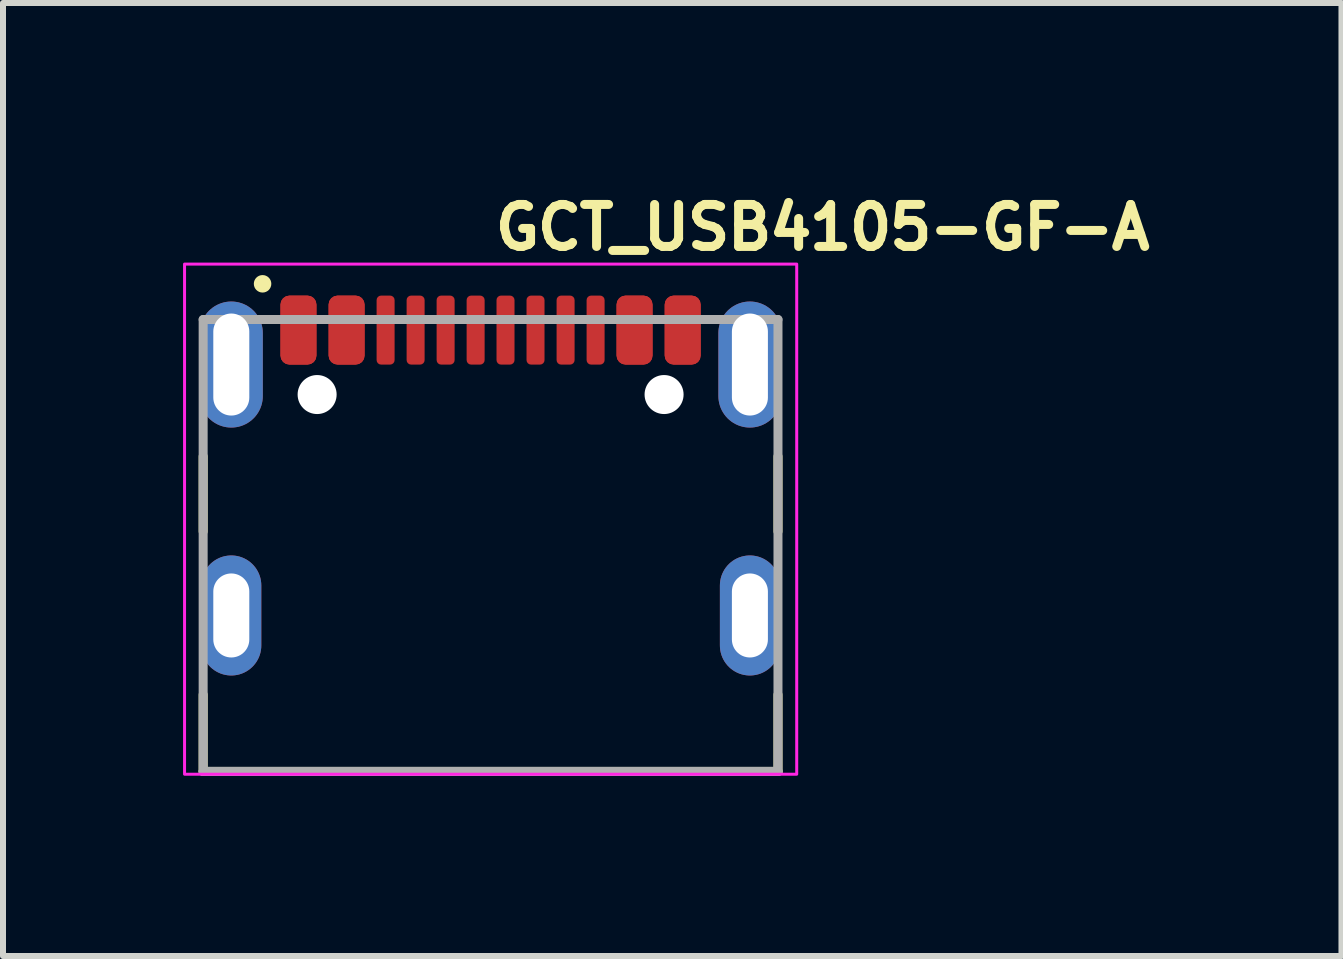
<source format=kicad_pcb>
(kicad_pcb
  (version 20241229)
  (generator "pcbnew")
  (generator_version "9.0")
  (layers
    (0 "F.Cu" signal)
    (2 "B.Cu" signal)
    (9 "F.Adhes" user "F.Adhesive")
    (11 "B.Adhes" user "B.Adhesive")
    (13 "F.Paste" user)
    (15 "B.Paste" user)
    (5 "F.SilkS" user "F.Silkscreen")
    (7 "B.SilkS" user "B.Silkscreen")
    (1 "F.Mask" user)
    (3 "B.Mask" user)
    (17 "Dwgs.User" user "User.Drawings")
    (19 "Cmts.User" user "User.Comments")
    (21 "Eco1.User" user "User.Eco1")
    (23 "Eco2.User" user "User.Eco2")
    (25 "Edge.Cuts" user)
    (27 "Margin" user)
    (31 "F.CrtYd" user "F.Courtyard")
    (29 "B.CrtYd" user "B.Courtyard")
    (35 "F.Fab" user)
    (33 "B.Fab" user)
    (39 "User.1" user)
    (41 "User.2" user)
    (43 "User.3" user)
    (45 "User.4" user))
  (footprint "GCT_USB4105-GF-A"
    (layer "F.Cu")
    (at 5.125 5.95)
    (property "Reference" "GCT_USB4105-GF-A" (at 0 -4.8 0) (layer "F.SilkS") (effects (font (size 0.7 0.7) (thickness 0.15)) (justify left bottom)))
    (attr smd)
    (fp_line (start -4.79 -1.395) (end -4.79 -0.145) (stroke (width 0.15) (type solid)) (layer "F.SilkS"))
    (fp_line (start -4.79 2.575) (end -4.79 3.854) (stroke (width 0.15) (type solid)) (layer "F.SilkS"))
    (fp_line (start -4.79 3.854) (end 4.788 3.854) (stroke (width 0.15) (type solid)) (layer "F.SilkS"))
    (fp_line (start 4.788 -1.395) (end 4.788 -0.145) (stroke (width 0.15) (type solid)) (layer "F.SilkS"))
    (fp_line (start 4.788 3.854) (end 4.788 2.575) (stroke (width 0.15) (type solid)) (layer "F.SilkS"))
    (fp_circle (center -3.8 -4.271) (end -3.75 -4.221) (stroke (width 0.15) (type solid)) (fill yes) (layer "F.SilkS"))
    (fp_rect (start -5.1 -4.6) (end 5.1 3.9) (stroke (width 0.05) (type solid)) (fill no) (layer "F.CrtYd"))
    (fp_line (start -4.79 -3.676) (end 4.788 -3.676) (stroke (width 0.15) (type solid)) (layer "F.Fab"))
    (fp_line (start -4.79 3.854) (end -4.79 -3.676) (stroke (width 0.15) (type solid)) (layer "F.Fab"))
    (fp_line (start -4.702 3.854) (end 4.788 3.854) (stroke (width 0.15) (type solid)) (layer "F.Fab"))
    (fp_line (start 4.788 -3.676) (end 4.788 3.854) (stroke (width 0.15) (type solid)) (layer "F.Fab"))
    (fp_line (start 4.788 3.854) (end -4.79 3.854) (stroke (width 0.15) (type solid)) (layer "F.Fab"))
    (fp_rect (start -4.79 -3.856) (end 4.788 3.854) (stroke (width 0.1) (type solid)) (fill no) (layer "User.5"))
    (fp_line (start -4.79 -3.25) (end -4.79 -3.226) (stroke (width 0.02) (type solid)) (layer "User.9"))
    (fp_line (start -4.79 -3.226) (end -4.79 -2.077) (stroke (width 0.02) (type solid)) (layer "User.9"))
    (fp_line (start -4.79 -1.875) (end -4.79 -2.077) (stroke (width 0.02) (type solid)) (layer "User.9"))
    (fp_line (start -4.789 -3.273) (end -4.79 -3.25) (stroke (width 0.02) (type solid)) (layer "User.9"))
    (fp_line (start -4.786 -3.294) (end -4.789 -3.273) (stroke (width 0.02) (type solid)) (layer "User.9"))
    (fp_line (start -4.781 -3.317) (end -4.786 -3.294) (stroke (width 0.02) (type solid)) (layer "User.9"))
    (fp_line (start -4.776 -3.339) (end -4.781 -3.317) (stroke (width 0.02) (type solid)) (layer "User.9"))
    (fp_line (start -4.771 -3.359) (end -4.776 -3.339) (stroke (width 0.02) (type solid)) (layer "User.9"))
    (fp_line (start -4.763 -3.38) (end -4.771 -3.359) (stroke (width 0.02) (type solid)) (layer "User.9"))
    (fp_line (start -4.755 -3.402) (end -4.763 -3.38) (stroke (width 0.02) (type solid)) (layer "User.9"))
    (fp_line (start -4.747 -3.422) (end -4.755 -3.402) (stroke (width 0.02) (type solid)) (layer "User.9"))
    (fp_line (start -4.736 -3.44) (end -4.747 -3.422) (stroke (width 0.02) (type solid)) (layer "User.9"))
    (fp_line (start -4.726 -3.46) (end -4.736 -3.44) (stroke (width 0.02) (type solid)) (layer "User.9"))
    (fp_line (start -4.715 -3.477) (end -4.726 -3.46) (stroke (width 0.02) (type solid)) (layer "User.9"))
    (fp_line (start -4.702 -3.496) (end -4.715 -3.477) (stroke (width 0.02) (type solid)) (layer "User.9"))
    (fp_line (start -4.688 -3.512) (end -4.702 -3.496) (stroke (width 0.02) (type solid)) (layer "User.9"))
    (fp_line (start -4.675 -3.528) (end -4.688 -3.512) (stroke (width 0.02) (type solid)) (layer "User.9"))
    (fp_line (start -4.659 -3.544) (end -4.675 -3.528) (stroke (width 0.02) (type solid)) (layer "User.9"))
    (fp_line (start -4.643 -3.56) (end -4.659 -3.544) (stroke (width 0.02) (type solid)) (layer "User.9"))
    (fp_line (start -4.64 -1.875) (end -4.79 -1.875) (stroke (width 0.02) (type solid)) (layer "User.9"))
    (fp_line (start -4.64 -1.875) (end -4.6 -1.917) (stroke (width 0.02) (type solid)) (layer "User.9"))
    (fp_line (start -4.627 -3.573) (end -4.643 -3.56) (stroke (width 0.02) (type solid)) (layer "User.9"))
    (fp_line (start -4.611 -3.586) (end -4.627 -3.573) (stroke (width 0.02) (type solid)) (layer "User.9"))
    (fp_line (start -4.6 -1.917) (end -4.6 -1.917) (stroke (width 0.02) (type solid)) (layer "User.9"))
    (fp_line (start -4.6 -1.917) (end -4.491 -2.025) (stroke (width 0.02) (type solid)) (layer "User.9"))
    (fp_line (start -4.593 -3.6) (end -4.611 -3.586) (stroke (width 0.02) (type solid)) (layer "User.9"))
    (fp_line (start -4.574 -3.61) (end -4.593 -3.6) (stroke (width 0.02) (type solid)) (layer "User.9"))
    (fp_line (start -4.555 -3.621) (end -4.574 -3.61) (stroke (width 0.02) (type solid)) (layer "User.9"))
    (fp_line (start -4.537 -3.632) (end -4.555 -3.621) (stroke (width 0.02) (type solid)) (layer "User.9"))
    (fp_line (start -4.516 -3.641) (end -4.537 -3.632) (stroke (width 0.02) (type solid)) (layer "User.9"))
    (fp_line (start -4.496 -3.649) (end -4.516 -3.641) (stroke (width 0.02) (type solid)) (layer "User.9"))
    (fp_line (start -4.491 -3.242) (end -4.491 -3.234) (stroke (width 0.02) (type solid)) (layer "User.9"))
    (fp_line (start -4.491 -3.234) (end -4.491 -3.226) (stroke (width 0.02) (type solid)) (layer "User.9"))
    (fp_line (start -4.491 -3.226) (end -4.491 -2.077) (stroke (width 0.02) (type solid)) (layer "User.9"))
    (fp_line (start -4.491 -2.327) (end -4.47 -2.327) (stroke (width 0.02) (type solid)) (layer "User.9"))
    (fp_line (start -4.491 -2.025) (end -4.491 -2.077) (stroke (width 0.02) (type solid)) (layer "User.9"))
    (fp_line (start -4.489 -3.249) (end -4.491 -3.242) (stroke (width 0.02) (type solid)) (layer "User.9"))
    (fp_line (start -4.488 -3.257) (end -4.489 -3.249) (stroke (width 0.02) (type solid)) (layer "User.9"))
    (fp_line (start -4.486 -3.263) (end -4.488 -3.257) (stroke (width 0.02) (type solid)) (layer "User.9"))
    (fp_line (start -4.484 -3.27) (end -4.486 -3.263) (stroke (width 0.02) (type solid)) (layer "User.9"))
    (fp_line (start -4.481 -3.278) (end -4.484 -3.27) (stroke (width 0.02) (type solid)) (layer "User.9"))
    (fp_line (start -4.479 -3.285) (end -4.481 -3.278) (stroke (width 0.02) (type solid)) (layer "User.9"))
    (fp_line (start -4.476 -3.291) (end -4.479 -3.285) (stroke (width 0.02) (type solid)) (layer "User.9"))
    (fp_line (start -4.475 -3.656) (end -4.496 -3.649) (stroke (width 0.02) (type solid)) (layer "User.9"))
    (fp_line (start -4.473 -3.298) (end -4.476 -3.291) (stroke (width 0.02) (type solid)) (layer "User.9"))
    (fp_line (start -4.47 -3.303) (end -4.473 -3.298) (stroke (width 0.02) (type solid)) (layer "User.9"))
    (fp_line (start -4.47 -3.176) (end -4.47 -3.301) (stroke (width 0.02) (type solid)) (layer "User.9"))
    (fp_line (start -4.47 -3.176) (end -4.47 -3.125) (stroke (width 0.02) (type solid)) (layer "User.9"))
    (fp_line (start -4.47 -3.125) (end -4.47 3.854) (stroke (width 0.02) (type solid)) (layer "User.9"))
    (fp_line (start -4.47 -2.952) (end -4.491 -2.923) (stroke (width 0.02) (type solid)) (layer "User.9"))
    (fp_line (start -4.465 -3.31) (end -4.47 -3.303) (stroke (width 0.02) (type solid)) (layer "User.9"))
    (fp_line (start -4.462 -3.315) (end -4.465 -3.31) (stroke (width 0.02) (type solid)) (layer "User.9"))
    (fp_line (start -4.462 -3.125) (end -4.47 -3.125) (stroke (width 0.02) (type solid)) (layer "User.9"))
    (fp_line (start -4.462 -3.125) (end -4.462 -3.125) (stroke (width 0.02) (type solid)) (layer "User.9"))
    (fp_line (start -4.462 3.854) (end -4.47 3.854) (stroke (width 0.02) (type solid)) (layer "User.9"))
    (fp_line (start -4.462 3.854) (end -4.462 3.854) (stroke (width 0.02) (type solid)) (layer "User.9"))
    (fp_line (start -4.457 -3.322) (end -4.462 -3.315) (stroke (width 0.02) (type solid)) (layer "User.9"))
    (fp_line (start -4.454 -3.661) (end -4.475 -3.656) (stroke (width 0.02) (type solid)) (layer "User.9"))
    (fp_line (start -4.452 -3.326) (end -4.457 -3.322) (stroke (width 0.02) (type solid)) (layer "User.9"))
    (fp_line (start -4.447 -3.332) (end -4.452 -3.326) (stroke (width 0.02) (type solid)) (layer "User.9"))
    (fp_line (start -4.441 -3.338) (end -4.447 -3.332) (stroke (width 0.02) (type solid)) (layer "User.9"))
    (fp_line (start -4.438 -3.125) (end -4.462 -3.125) (stroke (width 0.02) (type solid)) (layer "User.9"))
    (fp_line (start -4.438 -3.125) (end -4.438 -3.125) (stroke (width 0.02) (type solid)) (layer "User.9"))
    (fp_line (start -4.438 3.854) (end -4.462 3.854) (stroke (width 0.02) (type solid)) (layer "User.9"))
    (fp_line (start -4.438 3.854) (end -4.438 3.854) (stroke (width 0.02) (type solid)) (layer "User.9"))
    (fp_line (start -4.436 -3.342) (end -4.441 -3.338) (stroke (width 0.02) (type solid)) (layer "User.9"))
    (fp_line (start -4.431 -3.666) (end -4.454 -3.661) (stroke (width 0.02) (type solid)) (layer "User.9"))
    (fp_line (start -4.43 -3.347) (end -4.436 -3.342) (stroke (width 0.02) (type solid)) (layer "User.9"))
    (fp_line (start -4.425 -3.351) (end -4.43 -3.347) (stroke (width 0.02) (type solid)) (layer "User.9"))
    (fp_line (start -4.419 -3.355) (end -4.425 -3.351) (stroke (width 0.02) (type solid)) (layer "User.9"))
    (fp_line (start -4.412 -3.358) (end -4.419 -3.355) (stroke (width 0.02) (type solid)) (layer "User.9"))
    (fp_line (start -4.409 -3.67) (end -4.431 -3.666) (stroke (width 0.02) (type solid)) (layer "User.9"))
    (fp_line (start -4.406 -3.362) (end -4.412 -3.358) (stroke (width 0.02) (type solid)) (layer "User.9"))
    (fp_line (start -4.399 -3.364) (end -4.406 -3.362) (stroke (width 0.02) (type solid)) (layer "User.9"))
    (fp_line (start -4.399 -3.125) (end -4.438 -3.125) (stroke (width 0.02) (type solid)) (layer "User.9"))
    (fp_line (start -4.399 -3.125) (end -4.399 -3.125) (stroke (width 0.02) (type solid)) (layer "User.9"))
    (fp_line (start -4.399 3.854) (end -4.438 3.854) (stroke (width 0.02) (type solid)) (layer "User.9"))
    (fp_line (start -4.399 3.854) (end -4.399 3.854) (stroke (width 0.02) (type solid)) (layer "User.9"))
    (fp_line (start -4.393 -3.367) (end -4.399 -3.364) (stroke (width 0.02) (type solid)) (layer "User.9"))
    (fp_line (start -4.388 -3.673) (end -4.409 -3.67) (stroke (width 0.02) (type solid)) (layer "User.9"))
    (fp_line (start -4.385 -3.37) (end -4.393 -3.367) (stroke (width 0.02) (type solid)) (layer "User.9"))
    (fp_line (start -4.379 -3.371) (end -4.385 -3.37) (stroke (width 0.02) (type solid)) (layer "User.9"))
    (fp_line (start -4.372 -3.372) (end -4.379 -3.371) (stroke (width 0.02) (type solid)) (layer "User.9"))
    (fp_line (start -4.364 -3.676) (end -4.388 -3.673) (stroke (width 0.02) (type solid)) (layer "User.9"))
    (fp_line (start -4.364 -3.375) (end -4.372 -3.372) (stroke (width 0.02) (type solid)) (layer "User.9"))
    (fp_line (start -4.363 -3.285) (end -4.47 -3.176) (stroke (width 0.02) (type solid)) (layer "User.9"))
    (fp_line (start -4.363 -3.285) (end -4.363 -3.285) (stroke (width 0.02) (type solid)) (layer "User.9"))
    (fp_line (start -4.356 -3.375) (end -4.364 -3.375) (stroke (width 0.02) (type solid)) (layer "User.9"))
    (fp_line (start -4.348 -3.375) (end -4.356 -3.375) (stroke (width 0.02) (type solid)) (layer "User.9"))
    (fp_line (start -4.345 -3.125) (end -4.399 -3.125) (stroke (width 0.02) (type solid)) (layer "User.9"))
    (fp_line (start -4.345 -3.125) (end -4.345 -3.125) (stroke (width 0.02) (type solid)) (layer "User.9"))
    (fp_line (start -4.345 3.854) (end -4.399 3.854) (stroke (width 0.02) (type solid)) (layer "User.9"))
    (fp_line (start -4.345 3.854) (end -4.345 3.854) (stroke (width 0.02) (type solid)) (layer "User.9"))
    (fp_line (start -4.34 -3.676) (end -4.364 -3.676) (stroke (width 0.02) (type solid)) (layer "User.9"))
    (fp_line (start -4.34 -3.676) (end -4.321 -3.676) (stroke (width 0.02) (type solid)) (layer "User.9"))
    (fp_line (start -4.34 -3.375) (end -4.348 -3.375) (stroke (width 0.02) (type solid)) (layer "User.9"))
    (fp_line (start -4.34 -3.375) (end -4.321 -3.375) (stroke (width 0.02) (type solid)) (layer "User.9"))
    (fp_line (start -4.321 -3.676) (end -4.314 -3.676) (stroke (width 0.02) (type solid)) (layer "User.9"))
    (fp_line (start -4.321 -3.375) (end -4.321 -3.676) (stroke (width 0.02) (type solid)) (layer "User.9"))
    (fp_line (start -4.321 -3.375) (end -4.321 -3.326) (stroke (width 0.02) (type solid)) (layer "User.9"))
    (fp_line (start -4.321 -3.375) (end -4.314 -3.375) (stroke (width 0.02) (type solid)) (layer "User.9"))
    (fp_line (start -4.321 -3.326) (end -4.363 -3.285) (stroke (width 0.02) (type solid)) (layer "User.9"))
    (fp_line (start -4.314 -3.676) (end -4.314 -3.676) (stroke (width 0.02) (type solid)) (layer "User.9"))
    (fp_line (start -4.314 -3.676) (end -4.297 -3.676) (stroke (width 0.02) (type solid)) (layer "User.9"))
    (fp_line (start -4.314 -3.375) (end -4.314 -3.375) (stroke (width 0.02) (type solid)) (layer "User.9"))
    (fp_line (start -4.314 -3.375) (end -4.297 -3.375) (stroke (width 0.02) (type solid)) (layer "User.9"))
    (fp_line (start -4.297 -3.676) (end -4.297 -3.676) (stroke (width 0.02) (type solid)) (layer "User.9"))
    (fp_line (start -4.297 -3.676) (end -4.268 -3.676) (stroke (width 0.02) (type solid)) (layer "User.9"))
    (fp_line (start -4.297 -3.375) (end -4.297 -3.375) (stroke (width 0.02) (type solid)) (layer "User.9"))
    (fp_line (start -4.297 -3.375) (end -4.268 -3.375) (stroke (width 0.02) (type solid)) (layer "User.9"))
    (fp_line (start -4.274 -3.125) (end -4.345 -3.125) (stroke (width 0.02) (type solid)) (layer "User.9"))
    (fp_line (start -4.274 -3.125) (end -4.274 -3.125) (stroke (width 0.02) (type solid)) (layer "User.9"))
    (fp_line (start -4.274 3.854) (end -4.345 3.854) (stroke (width 0.02) (type solid)) (layer "User.9"))
    (fp_line (start -4.274 3.854) (end -4.274 3.854) (stroke (width 0.02) (type solid)) (layer "User.9"))
    (fp_line (start -4.268 -3.676) (end -4.268 -3.676) (stroke (width 0.02) (type solid)) (layer "User.9"))
    (fp_line (start -4.268 -3.676) (end -4.225 -3.676) (stroke (width 0.02) (type solid)) (layer "User.9"))
    (fp_line (start -4.268 -3.375) (end -4.268 -3.375) (stroke (width 0.02) (type solid)) (layer "User.9"))
    (fp_line (start -4.268 -3.375) (end -4.225 -3.375) (stroke (width 0.02) (type solid)) (layer "User.9"))
    (fp_line (start -4.225 -3.676) (end -4.225 -3.676) (stroke (width 0.02) (type solid)) (layer "User.9"))
    (fp_line (start -4.225 -3.676) (end -4.173 -3.676) (stroke (width 0.02) (type solid)) (layer "User.9"))
    (fp_line (start -4.225 -3.375) (end -4.225 -3.375) (stroke (width 0.02) (type solid)) (layer "User.9"))
    (fp_line (start -4.225 -3.375) (end -4.173 -3.375) (stroke (width 0.02) (type solid)) (layer "User.9"))
    (fp_line (start -4.191 -3.125) (end -4.274 -3.125) (stroke (width 0.02) (type solid)) (layer "User.9"))
    (fp_line (start -4.191 -3.125) (end -4.191 -3.125) (stroke (width 0.02) (type solid)) (layer "User.9"))
    (fp_line (start -4.191 3.854) (end -4.274 3.854) (stroke (width 0.02) (type solid)) (layer "User.9"))
    (fp_line (start -4.191 3.854) (end -4.191 3.854) (stroke (width 0.02) (type solid)) (layer "User.9"))
    (fp_line (start -4.173 -3.676) (end -4.173 -3.676) (stroke (width 0.02) (type solid)) (layer "User.9"))
    (fp_line (start -4.173 -3.676) (end -4.111 -3.676) (stroke (width 0.02) (type solid)) (layer "User.9"))
    (fp_line (start -4.173 -3.375) (end -4.173 -3.375) (stroke (width 0.02) (type solid)) (layer "User.9"))
    (fp_line (start -4.173 -3.375) (end -4.111 -3.375) (stroke (width 0.02) (type solid)) (layer "User.9"))
    (fp_line (start -4.17 -3.375) (end -4.17 -3.326) (stroke (width 0.02) (type solid)) (layer "User.9"))
    (fp_line (start -4.17 -3.326) (end -4.321 -3.326) (stroke (width 0.02) (type solid)) (layer "User.9"))
    (fp_line (start -4.17 -3.326) (end -4.17 -3.176) (stroke (width 0.02) (type solid)) (layer "User.9"))
    (fp_line (start -4.17 -3.176) (end -3.972 -3.375) (stroke (width 0.02) (type solid)) (layer "User.9"))
    (fp_line (start -4.17 -3.125) (end -4.17 -3.176) (stroke (width 0.02) (type solid)) (layer "User.9"))
    (fp_line (start -4.164 -3.176) (end -4.17 -3.176) (stroke (width 0.02) (type solid)) (layer "User.9"))
    (fp_line (start -4.164 -3.176) (end -4.164 -3.176) (stroke (width 0.02) (type solid)) (layer "User.9"))
    (fp_line (start -4.146 -3.176) (end -4.164 -3.176) (stroke (width 0.02) (type solid)) (layer "User.9"))
    (fp_line (start -4.146 -3.176) (end -4.146 -3.176) (stroke (width 0.02) (type solid)) (layer "User.9"))
    (fp_line (start -4.116 -3.176) (end -4.146 -3.176) (stroke (width 0.02) (type solid)) (layer "User.9"))
    (fp_line (start -4.116 -3.176) (end -4.116 -3.176) (stroke (width 0.02) (type solid)) (layer "User.9"))
    (fp_line (start -4.111 -3.676) (end -4.111 -3.676) (stroke (width 0.02) (type solid)) (layer "User.9"))
    (fp_line (start -4.111 -3.676) (end -4.037 -3.676) (stroke (width 0.02) (type solid)) (layer "User.9"))
    (fp_line (start -4.111 -3.375) (end -4.111 -3.375) (stroke (width 0.02) (type solid)) (layer "User.9"))
    (fp_line (start -4.111 -3.375) (end -4.037 -3.375) (stroke (width 0.02) (type solid)) (layer "User.9"))
    (fp_line (start -4.096 -3.125) (end -4.191 -3.125) (stroke (width 0.02) (type solid)) (layer "User.9"))
    (fp_line (start -4.096 -3.125) (end -4.096 -3.125) (stroke (width 0.02) (type solid)) (layer "User.9"))
    (fp_line (start -4.096 3.854) (end -4.191 3.854) (stroke (width 0.02) (type solid)) (layer "User.9"))
    (fp_line (start -4.096 3.854) (end -4.096 3.854) (stroke (width 0.02) (type solid)) (layer "User.9"))
    (fp_line (start -4.074 -3.176) (end -4.116 -3.176) (stroke (width 0.02) (type solid)) (layer "User.9"))
    (fp_line (start -4.074 -3.176) (end -4.074 -3.176) (stroke (width 0.02) (type solid)) (layer "User.9"))
    (fp_line (start -4.037 -3.676) (end -4.037 -3.676) (stroke (width 0.02) (type solid)) (layer "User.9"))
    (fp_line (start -4.037 -3.676) (end -3.955 -3.676) (stroke (width 0.02) (type solid)) (layer "User.9"))
    (fp_line (start -4.037 -3.375) (end -4.037 -3.375) (stroke (width 0.02) (type solid)) (layer "User.9"))
    (fp_line (start -4.037 -3.375) (end -3.955 -3.375) (stroke (width 0.02) (type solid)) (layer "User.9"))
    (fp_line (start -4.021 -3.176) (end -4.074 -3.176) (stroke (width 0.02) (type solid)) (layer "User.9"))
    (fp_line (start -4.021 -3.176) (end -4.021 -3.176) (stroke (width 0.02) (type solid)) (layer "User.9"))
    (fp_line (start -3.989 -3.125) (end -4.096 -3.125) (stroke (width 0.02) (type solid)) (layer "User.9"))
    (fp_line (start -3.989 -3.125) (end -3.989 -3.125) (stroke (width 0.02) (type solid)) (layer "User.9"))
    (fp_line (start -3.989 3.854) (end -4.096 3.854) (stroke (width 0.02) (type solid)) (layer "User.9"))
    (fp_line (start -3.989 3.854) (end -3.989 3.854) (stroke (width 0.02) (type solid)) (layer "User.9"))
    (fp_line (start -3.958 -3.176) (end -4.021 -3.176) (stroke (width 0.02) (type solid)) (layer "User.9"))
    (fp_line (start -3.958 -3.176) (end -3.958 -3.176) (stroke (width 0.02) (type solid)) (layer "User.9"))
    (fp_line (start -3.955 -3.676) (end -3.955 -3.676) (stroke (width 0.02) (type solid)) (layer "User.9"))
    (fp_line (start -3.955 -3.676) (end -3.769 -3.676) (stroke (width 0.02) (type solid)) (layer "User.9"))
    (fp_line (start -3.955 -3.375) (end -3.955 -3.375) (stroke (width 0.02) (type solid)) (layer "User.9"))
    (fp_line (start -3.955 -3.375) (end -3.769 -3.375) (stroke (width 0.02) (type solid)) (layer "User.9"))
    (fp_line (start -3.883 -3.176) (end -3.958 -3.176) (stroke (width 0.02) (type solid)) (layer "User.9"))
    (fp_line (start -3.883 -3.176) (end -3.883 -3.176) (stroke (width 0.02) (type solid)) (layer "User.9"))
    (fp_line (start -3.871 -3.125) (end -3.989 -3.125) (stroke (width 0.02) (type solid)) (layer "User.9"))
    (fp_line (start -3.871 -3.125) (end -3.871 -3.125) (stroke (width 0.02) (type solid)) (layer "User.9"))
    (fp_line (start -3.871 3.854) (end -3.989 3.854) (stroke (width 0.02) (type solid)) (layer "User.9"))
    (fp_line (start -3.871 3.854) (end -3.871 3.854) (stroke (width 0.02) (type solid)) (layer "User.9"))
    (fp_line (start -3.769 -3.676) (end -3.769 -3.676) (stroke (width 0.02) (type solid)) (layer "User.9"))
    (fp_line (start -3.769 -3.676) (end -3.33 -3.676) (stroke (width 0.02) (type solid)) (layer "User.9"))
    (fp_line (start -3.769 -3.375) (end -3.769 -3.375) (stroke (width 0.02) (type solid)) (layer "User.9"))
    (fp_line (start -3.769 -3.375) (end -3.33 -3.375) (stroke (width 0.02) (type solid)) (layer "User.9"))
    (fp_line (start -3.713 -3.176) (end -3.883 -3.176) (stroke (width 0.02) (type solid)) (layer "User.9"))
    (fp_line (start -3.713 -3.176) (end -3.713 -3.176) (stroke (width 0.02) (type solid)) (layer "User.9"))
    (fp_line (start -3.613 -3.125) (end -3.871 -3.125) (stroke (width 0.02) (type solid)) (layer "User.9"))
    (fp_line (start -3.613 -3.125) (end -3.613 -3.125) (stroke (width 0.02) (type solid)) (layer "User.9"))
    (fp_line (start -3.613 3.854) (end -3.871 3.854) (stroke (width 0.02) (type solid)) (layer "User.9"))
    (fp_line (start -3.613 3.854) (end -3.613 3.854) (stroke (width 0.02) (type solid)) (layer "User.9"))
    (fp_line (start -3.515 -3.176) (end -3.713 -3.176) (stroke (width 0.02) (type solid)) (layer "User.9"))
    (fp_line (start -3.515 -3.176) (end -3.515 -3.176) (stroke (width 0.02) (type solid)) (layer "User.9"))
    (fp_line (start -3.451 -3.856) (end -3.451 -3.676) (stroke (width 0.02) (type solid)) (layer "User.9"))
    (fp_line (start -3.451 -3.856) (end -3.21 -3.856) (stroke (width 0.02) (type solid)) (layer "User.9"))
    (fp_line (start -3.33 -3.676) (end -3.293 -3.676) (stroke (width 0.02) (type solid)) (layer "User.9"))
    (fp_line (start -3.33 -3.375) (end -3.293 -3.375) (stroke (width 0.02) (type solid)) (layer "User.9"))
    (fp_line (start -3.293 -3.676) (end -3.009 -3.676) (stroke (width 0.02) (type solid)) (layer "User.9"))
    (fp_line (start -3.293 -3.375) (end -3.009 -3.375) (stroke (width 0.02) (type solid)) (layer "User.9"))
    (fp_line (start -3.21 -3.856) (end -3.21 -3.676) (stroke (width 0.02) (type solid)) (layer "User.9"))
    (fp_line (start -3.19 -3.856) (end -3.19 -3.676) (stroke (width 0.02) (type solid)) (layer "User.9"))
    (fp_line (start -3.19 -3.856) (end -2.952 -3.856) (stroke (width 0.02) (type solid)) (layer "User.9"))
    (fp_line (start -3.19 -3.176) (end -3.515 -3.176) (stroke (width 0.02) (type solid)) (layer "User.9"))
    (fp_line (start -3.19 -3.125) (end -3.613 -3.125) (stroke (width 0.02) (type solid)) (layer "User.9"))
    (fp_line (start -3.19 3.854) (end -3.613 3.854) (stroke (width 0.02) (type solid)) (layer "User.9"))
    (fp_line (start -3.009 -3.676) (end -2.868 -3.676) (stroke (width 0.02) (type solid)) (layer "User.9"))
    (fp_line (start -3.009 -3.375) (end -2.868 -3.375) (stroke (width 0.02) (type solid)) (layer "User.9"))
    (fp_line (start -2.952 -3.856) (end -2.952 -3.676) (stroke (width 0.02) (type solid)) (layer "User.9"))
    (fp_line (start -2.868 -3.676) (end -2.609 -3.676) (stroke (width 0.02) (type solid)) (layer "User.9"))
    (fp_line (start -2.868 -3.375) (end -2.609 -3.375) (stroke (width 0.02) (type solid)) (layer "User.9"))
    (fp_line (start -2.709 -3.125) (end -3.19 -3.125) (stroke (width 0.02) (type solid)) (layer "User.9"))
    (fp_line (start -2.703 -3.126) (end -2.709 -3.126) (stroke (width 0.02) (type solid)) (layer "User.9"))
    (fp_line (start -2.698 -3.126) (end -2.703 -3.126) (stroke (width 0.02) (type solid)) (layer "User.9"))
    (fp_line (start -2.694 -3.128) (end -2.698 -3.126) (stroke (width 0.02) (type solid)) (layer "User.9"))
    (fp_line (start -2.689 -3.129) (end -2.694 -3.128) (stroke (width 0.02) (type solid)) (layer "User.9"))
    (fp_line (start -2.684 -3.129) (end -2.689 -3.129) (stroke (width 0.02) (type solid)) (layer "User.9"))
    (fp_line (start -2.678 -3.13) (end -2.684 -3.129) (stroke (width 0.02) (type solid)) (layer "User.9"))
    (fp_line (start -2.674 -3.133) (end -2.678 -3.13) (stroke (width 0.02) (type solid)) (layer "User.9"))
    (fp_line (start -2.669 -3.133) (end -2.674 -3.133) (stroke (width 0.02) (type solid)) (layer "User.9"))
    (fp_line (start -2.665 -3.136) (end -2.669 -3.133) (stroke (width 0.02) (type solid)) (layer "User.9"))
    (fp_line (start -2.661 -3.138) (end -2.665 -3.136) (stroke (width 0.02) (type solid)) (layer "User.9"))
    (fp_line (start -2.657 -3.141) (end -2.661 -3.138) (stroke (width 0.02) (type solid)) (layer "User.9"))
    (fp_line (start -2.653 -3.144) (end -2.657 -3.141) (stroke (width 0.02) (type solid)) (layer "User.9"))
    (fp_line (start -2.65 -3.856) (end -2.65 -3.676) (stroke (width 0.02) (type solid)) (layer "User.9"))
    (fp_line (start -2.65 -3.856) (end -2.411 -3.856) (stroke (width 0.02) (type solid)) (layer "User.9"))
    (fp_line (start -2.65 -1.426) (end -2.65 -1.401) (stroke (width 0.02) (type solid)) (layer "User.9"))
    (fp_line (start -2.65 -1.426) (end -1.351 -1.426) (stroke (width 0.02) (type solid)) (layer "User.9"))
    (fp_line (start -2.65 -1.401) (end -2.65 -1.426) (stroke (width 0.02) (type solid)) (layer "User.9"))
    (fp_line (start -2.65 -1.401) (end -2.564 -1.401) (stroke (width 0.02) (type solid)) (layer "User.9"))
    (fp_line (start -2.65 -0.951) (end -2.65 -0.927) (stroke (width 0.02) (type solid)) (layer "User.9"))
    (fp_line (start -2.65 -0.927) (end -1.351 -0.927) (stroke (width 0.02) (type solid)) (layer "User.9"))
    (fp_line (start -2.649 -3.145) (end -2.653 -3.144) (stroke (width 0.02) (type solid)) (layer "User.9"))
    (fp_line (start -2.645 -3.149) (end -2.649 -3.145) (stroke (width 0.02) (type solid)) (layer "User.9"))
    (fp_line (start -2.641 -3.152) (end -2.645 -3.149) (stroke (width 0.02) (type solid)) (layer "User.9"))
    (fp_line (start -2.637 -3.156) (end -2.641 -3.152) (stroke (width 0.02) (type solid)) (layer "User.9"))
    (fp_line (start -2.634 -3.158) (end -2.637 -3.156) (stroke (width 0.02) (type solid)) (layer "User.9"))
    (fp_line (start -2.632 -3.162) (end -2.634 -3.158) (stroke (width 0.02) (type solid)) (layer "User.9"))
    (fp_line (start -2.629 -3.166) (end -2.632 -3.162) (stroke (width 0.02) (type solid)) (layer "User.9"))
    (fp_line (start -2.625 -3.17) (end -2.629 -3.166) (stroke (width 0.02) (type solid)) (layer "User.9"))
    (fp_line (start -2.622 -3.174) (end -2.625 -3.17) (stroke (width 0.02) (type solid)) (layer "User.9"))
    (fp_line (start -2.621 -3.178) (end -2.622 -3.174) (stroke (width 0.02) (type solid)) (layer "User.9"))
    (fp_line (start -2.621 -3.176) (end -3.19 -3.176) (stroke (width 0.02) (type solid)) (layer "User.9"))
    (fp_line (start -2.618 -3.182) (end -2.621 -3.178) (stroke (width 0.02) (type solid)) (layer "User.9"))
    (fp_line (start -2.617 -3.188) (end -2.618 -3.182) (stroke (width 0.02) (type solid)) (layer "User.9"))
    (fp_line (start -2.614 -3.192) (end -2.617 -3.188) (stroke (width 0.02) (type solid)) (layer "User.9"))
    (fp_line (start -2.613 -3.197) (end -2.614 -3.192) (stroke (width 0.02) (type solid)) (layer "User.9"))
    (fp_line (start -2.612 -3.202) (end -2.613 -3.197) (stroke (width 0.02) (type solid)) (layer "User.9"))
    (fp_line (start -2.61 -3.206) (end -2.612 -3.202) (stroke (width 0.02) (type solid)) (layer "User.9"))
    (fp_line (start -2.609 -3.676) (end -1.744 -3.676) (stroke (width 0.02) (type solid)) (layer "User.9"))
    (fp_line (start -2.609 -3.544) (end -2.609 -3.676) (stroke (width 0.02) (type solid)) (layer "User.9"))
    (fp_line (start -2.609 -3.544) (end -2.609 -3.544) (stroke (width 0.02) (type solid)) (layer "User.9"))
    (fp_line (start -2.609 -3.226) (end -2.609 -3.544) (stroke (width 0.02) (type solid)) (layer "User.9"))
    (fp_line (start -2.609 -3.226) (end -2.609 -3.221) (stroke (width 0.02) (type solid)) (layer "User.9"))
    (fp_line (start -2.609 -3.221) (end -2.609 -3.215) (stroke (width 0.02) (type solid)) (layer "User.9"))
    (fp_line (start -2.609 -3.215) (end -2.609 -3.21) (stroke (width 0.02) (type solid)) (layer "User.9"))
    (fp_line (start -2.609 -3.21) (end -2.61 -3.206) (stroke (width 0.02) (type solid)) (layer "User.9"))
    (fp_line (start -2.564 -0.951) (end -2.65 -0.951) (stroke (width 0.02) (type solid)) (layer "User.9"))
    (fp_line (start -2.411 -3.856) (end -2.411 -3.676) (stroke (width 0.02) (type solid)) (layer "User.9"))
    (fp_line (start -2.391 -3.856) (end -2.391 -3.676) (stroke (width 0.02) (type solid)) (layer "User.9"))
    (fp_line (start -2.391 -3.856) (end -2.15 -3.856) (stroke (width 0.02) (type solid)) (layer "User.9"))
    (fp_line (start -2.234 -1.401) (end -2.564 -1.401) (stroke (width 0.02) (type solid)) (layer "User.9"))
    (fp_line (start -2.234 -0.951) (end -2.564 -0.951) (stroke (width 0.02) (type solid)) (layer "User.9"))
    (fp_line (start -2.15 -3.856) (end -2.15 -3.676) (stroke (width 0.02) (type solid)) (layer "User.9"))
    (fp_line (start -2.148 -1.401) (end -2.234 -1.401) (stroke (width 0.02) (type solid)) (layer "User.9"))
    (fp_line (start -2.148 -0.951) (end -2.234 -0.951) (stroke (width 0.02) (type solid)) (layer "User.9"))
    (fp_line (start -2.101 -1.401) (end -2.148 -1.401) (stroke (width 0.02) (type solid)) (layer "User.9"))
    (fp_line (start -2.101 -0.951) (end -2.148 -0.951) (stroke (width 0.02) (type solid)) (layer "User.9"))
    (fp_line (start -1.901 -1.401) (end -2.101 -1.401) (stroke (width 0.02) (type solid)) (layer "User.9"))
    (fp_line (start -1.901 -0.951) (end -2.101 -0.951) (stroke (width 0.02) (type solid)) (layer "User.9"))
    (fp_line (start -1.855 -1.401) (end -1.901 -1.401) (stroke (width 0.02) (type solid)) (layer "User.9"))
    (fp_line (start -1.855 -0.951) (end -1.901 -0.951) (stroke (width 0.02) (type solid)) (layer "User.9"))
    (fp_line (start -1.851 -3.856) (end -1.851 -3.676) (stroke (width 0.02) (type solid)) (layer "User.9"))
    (fp_line (start -1.851 -3.856) (end -1.651 -3.856) (stroke (width 0.02) (type solid)) (layer "User.9"))
    (fp_line (start -1.768 -1.401) (end -1.855 -1.401) (stroke (width 0.02) (type solid)) (layer "User.9"))
    (fp_line (start -1.768 -0.951) (end -1.855 -0.951) (stroke (width 0.02) (type solid)) (layer "User.9"))
    (fp_line (start -1.744 -3.676) (end -1.744 -3.544) (stroke (width 0.02) (type solid)) (layer "User.9"))
    (fp_line (start -1.744 -3.676) (end -1.593 -3.676) (stroke (width 0.02) (type solid)) (layer "User.9"))
    (fp_line (start -1.744 -3.544) (end -1.744 -3.544) (stroke (width 0.02) (type solid)) (layer "User.9"))
    (fp_line (start -1.744 -3.544) (end -1.744 -3.226) (stroke (width 0.02) (type solid)) (layer "User.9"))
    (fp_line (start -1.744 -3.375) (end 1.741 -3.375) (stroke (width 0.02) (type solid)) (layer "User.9"))
    (fp_line (start -1.744 -3.221) (end -1.744 -3.226) (stroke (width 0.02) (type solid)) (layer "User.9"))
    (fp_line (start -1.742 -3.215) (end -1.744 -3.221) (stroke (width 0.02) (type solid)) (layer "User.9"))
    (fp_line (start -1.742 -3.21) (end -1.742 -3.215) (stroke (width 0.02) (type solid)) (layer "User.9"))
    (fp_line (start -1.742 -3.206) (end -1.742 -3.21) (stroke (width 0.02) (type solid)) (layer "User.9"))
    (fp_line (start -1.74 -3.202) (end -1.742 -3.206) (stroke (width 0.02) (type solid)) (layer "User.9"))
    (fp_line (start -1.74 -3.197) (end -1.74 -3.202) (stroke (width 0.02) (type solid)) (layer "User.9"))
    (fp_line (start -1.738 -3.192) (end -1.74 -3.197) (stroke (width 0.02) (type solid)) (layer "User.9"))
    (fp_line (start -1.736 -3.188) (end -1.738 -3.192) (stroke (width 0.02) (type solid)) (layer "User.9"))
    (fp_line (start -1.734 -3.182) (end -1.736 -3.188) (stroke (width 0.02) (type solid)) (layer "User.9"))
    (fp_line (start -1.732 -3.178) (end -1.734 -3.182) (stroke (width 0.02) (type solid)) (layer "User.9"))
    (fp_line (start -1.73 -3.174) (end -1.732 -3.178) (stroke (width 0.02) (type solid)) (layer "User.9"))
    (fp_line (start -1.726 -3.17) (end -1.73 -3.174) (stroke (width 0.02) (type solid)) (layer "User.9"))
    (fp_line (start -1.724 -3.166) (end -1.726 -3.17) (stroke (width 0.02) (type solid)) (layer "User.9"))
    (fp_line (start -1.72 -3.162) (end -1.724 -3.166) (stroke (width 0.02) (type solid)) (layer "User.9"))
    (fp_line (start -1.718 -3.158) (end -1.72 -3.162) (stroke (width 0.02) (type solid)) (layer "User.9"))
    (fp_line (start -1.714 -3.156) (end -1.718 -3.158) (stroke (width 0.02) (type solid)) (layer "User.9"))
    (fp_line (start -1.71 -3.152) (end -1.714 -3.156) (stroke (width 0.02) (type solid)) (layer "User.9"))
    (fp_line (start -1.708 -3.149) (end -1.71 -3.152) (stroke (width 0.02) (type solid)) (layer "User.9"))
    (fp_line (start -1.704 -3.145) (end -1.708 -3.149) (stroke (width 0.02) (type solid)) (layer "User.9"))
    (fp_line (start -1.7 -3.144) (end -1.704 -3.145) (stroke (width 0.02) (type solid)) (layer "User.9"))
    (fp_line (start -1.696 -3.141) (end -1.7 -3.144) (stroke (width 0.02) (type solid)) (layer "User.9"))
    (fp_line (start -1.692 -3.138) (end -1.696 -3.141) (stroke (width 0.02) (type solid)) (layer "User.9"))
    (fp_line (start -1.686 -3.136) (end -1.692 -3.138) (stroke (width 0.02) (type solid)) (layer "User.9"))
    (fp_line (start -1.682 -3.133) (end -1.686 -3.136) (stroke (width 0.02) (type solid)) (layer "User.9"))
    (fp_line (start -1.678 -3.133) (end -1.682 -3.133) (stroke (width 0.02) (type solid)) (layer "User.9"))
    (fp_line (start -1.674 -3.13) (end -1.678 -3.133) (stroke (width 0.02) (type solid)) (layer "User.9"))
    (fp_line (start -1.668 -3.129) (end -1.674 -3.13) (stroke (width 0.02) (type solid)) (layer "User.9"))
    (fp_line (start -1.663 -3.129) (end -1.668 -3.129) (stroke (width 0.02) (type solid)) (layer "User.9"))
    (fp_line (start -1.659 -3.128) (end -1.663 -3.129) (stroke (width 0.02) (type solid)) (layer "User.9"))
    (fp_line (start -1.653 -3.126) (end -1.659 -3.128) (stroke (width 0.02) (type solid)) (layer "User.9"))
    (fp_line (start -1.651 -3.856) (end -1.651 -3.676) (stroke (width 0.02) (type solid)) (layer "User.9"))
    (fp_line (start -1.649 -3.126) (end -1.653 -3.126) (stroke (width 0.02) (type solid)) (layer "User.9"))
    (fp_line (start -1.643 -3.125) (end -1.649 -3.126) (stroke (width 0.02) (type solid)) (layer "User.9"))
    (fp_line (start -1.593 -3.676) (end 1.592 -3.676) (stroke (width 0.02) (type solid)) (layer "User.9"))
    (fp_line (start -1.438 -1.401) (end -1.768 -1.401) (stroke (width 0.02) (type solid)) (layer "User.9"))
    (fp_line (start -1.438 -0.951) (end -1.768 -0.951) (stroke (width 0.02) (type solid)) (layer "User.9"))
    (fp_line (start -1.438 -0.951) (end -1.351 -0.951) (stroke (width 0.02) (type solid)) (layer "User.9"))
    (fp_line (start -1.351 -3.856) (end -1.351 -3.676) (stroke (width 0.02) (type solid)) (layer "User.9"))
    (fp_line (start -1.351 -3.856) (end -1.151 -3.856) (stroke (width 0.02) (type solid)) (layer "User.9"))
    (fp_line (start -1.351 -1.426) (end -1.351 -1.401) (stroke (width 0.02) (type solid)) (layer "User.9"))
    (fp_line (start -1.351 -1.401) (end -1.438 -1.401) (stroke (width 0.02) (type solid)) (layer "User.9"))
    (fp_line (start -1.351 -1.401) (end -1.351 -1.426) (stroke (width 0.02) (type solid)) (layer "User.9"))
    (fp_line (start -1.351 -0.951) (end -1.351 -0.927) (stroke (width 0.02) (type solid)) (layer "User.9"))
    (fp_line (start -1.151 -3.856) (end -1.151 -3.676) (stroke (width 0.02) (type solid)) (layer "User.9"))
    (fp_line (start -0.85 -3.856) (end -0.85 -3.676) (stroke (width 0.02) (type solid)) (layer "User.9"))
    (fp_line (start -0.85 -3.856) (end -0.652 -3.856) (stroke (width 0.02) (type solid)) (layer "User.9"))
    (fp_line (start -0.652 -3.856) (end -0.652 -3.676) (stroke (width 0.02) (type solid)) (layer "User.9"))
    (fp_line (start -0.351 -3.856) (end -0.351 -3.676) (stroke (width 0.02) (type solid)) (layer "User.9"))
    (fp_line (start -0.351 -3.856) (end -0.15 -3.856) (stroke (width 0.02) (type solid)) (layer "User.9"))
    (fp_line (start -0.15 -3.856) (end -0.15 -3.676) (stroke (width 0.02) (type solid)) (layer "User.9"))
    (fp_line (start 0.148 -3.856) (end 0.148 -3.676) (stroke (width 0.02) (type solid)) (layer "User.9"))
    (fp_line (start 0.148 -3.856) (end 0.349 -3.856) (stroke (width 0.02) (type solid)) (layer "User.9"))
    (fp_line (start 0.349 -3.856) (end 0.349 -3.676) (stroke (width 0.02) (type solid)) (layer "User.9"))
    (fp_line (start 0.65 -3.856) (end 0.65 -3.676) (stroke (width 0.02) (type solid)) (layer "User.9"))
    (fp_line (start 0.65 -3.856) (end 0.848 -3.856) (stroke (width 0.02) (type solid)) (layer "User.9"))
    (fp_line (start 0.848 -3.856) (end 0.848 -3.676) (stroke (width 0.02) (type solid)) (layer "User.9"))
    (fp_line (start 1.148 -3.856) (end 1.148 -3.676) (stroke (width 0.02) (type solid)) (layer "User.9"))
    (fp_line (start 1.148 -3.856) (end 1.35 -3.856) (stroke (width 0.02) (type solid)) (layer "User.9"))
    (fp_line (start 1.35 -3.856) (end 1.35 -3.676) (stroke (width 0.02) (type solid)) (layer "User.9"))
    (fp_line (start 1.35 -1.426) (end 1.35 -1.401) (stroke (width 0.02) (type solid)) (layer "User.9"))
    (fp_line (start 1.35 -1.401) (end 1.35 -1.426) (stroke (width 0.02) (type solid)) (layer "User.9"))
    (fp_line (start 1.35 -1.401) (end 1.437 -1.401) (stroke (width 0.02) (type solid)) (layer "User.9"))
    (fp_line (start 1.35 -0.951) (end 1.35 -0.927) (stroke (width 0.02) (type solid)) (layer "User.9"))
    (fp_line (start 1.437 -0.951) (end 1.35 -0.951) (stroke (width 0.02) (type solid)) (layer "User.9"))
    (fp_line (start 1.592 -3.676) (end 1.741 -3.676) (stroke (width 0.02) (type solid)) (layer "User.9"))
    (fp_line (start 1.642 -3.125) (end -1.643 -3.125) (stroke (width 0.02) (type solid)) (layer "User.9"))
    (fp_line (start 1.646 -3.126) (end 1.642 -3.126) (stroke (width 0.02) (type solid)) (layer "User.9"))
    (fp_line (start 1.648 -3.856) (end 1.648 -3.676) (stroke (width 0.02) (type solid)) (layer "User.9"))
    (fp_line (start 1.648 -3.856) (end 1.85 -3.856) (stroke (width 0.02) (type solid)) (layer "User.9"))
    (fp_line (start 1.652 -3.126) (end 1.646 -3.126) (stroke (width 0.02) (type solid)) (layer "User.9"))
    (fp_line (start 1.656 -3.128) (end 1.652 -3.126) (stroke (width 0.02) (type solid)) (layer "User.9"))
    (fp_line (start 1.662 -3.129) (end 1.656 -3.128) (stroke (width 0.02) (type solid)) (layer "User.9"))
    (fp_line (start 1.667 -3.129) (end 1.662 -3.129) (stroke (width 0.02) (type solid)) (layer "User.9"))
    (fp_line (start 1.671 -3.13) (end 1.667 -3.129) (stroke (width 0.02) (type solid)) (layer "User.9"))
    (fp_line (start 1.675 -3.133) (end 1.671 -3.13) (stroke (width 0.02) (type solid)) (layer "User.9"))
    (fp_line (start 1.681 -3.133) (end 1.675 -3.133) (stroke (width 0.02) (type solid)) (layer "User.9"))
    (fp_line (start 1.685 -3.136) (end 1.681 -3.133) (stroke (width 0.02) (type solid)) (layer "User.9"))
    (fp_line (start 1.689 -3.138) (end 1.685 -3.136) (stroke (width 0.02) (type solid)) (layer "User.9"))
    (fp_line (start 1.693 -3.141) (end 1.689 -3.138) (stroke (width 0.02) (type solid)) (layer "User.9"))
    (fp_line (start 1.697 -3.144) (end 1.693 -3.141) (stroke (width 0.02) (type solid)) (layer "User.9"))
    (fp_line (start 1.701 -3.145) (end 1.697 -3.144) (stroke (width 0.02) (type solid)) (layer "User.9"))
    (fp_line (start 1.705 -3.149) (end 1.701 -3.145) (stroke (width 0.02) (type solid)) (layer "User.9"))
    (fp_line (start 1.709 -3.152) (end 1.705 -3.149) (stroke (width 0.02) (type solid)) (layer "User.9"))
    (fp_line (start 1.713 -3.156) (end 1.709 -3.152) (stroke (width 0.02) (type solid)) (layer "User.9"))
    (fp_line (start 1.715 -3.158) (end 1.713 -3.156) (stroke (width 0.02) (type solid)) (layer "User.9"))
    (fp_line (start 1.719 -3.162) (end 1.715 -3.158) (stroke (width 0.02) (type solid)) (layer "User.9"))
    (fp_line (start 1.721 -3.166) (end 1.719 -3.162) (stroke (width 0.02) (type solid)) (layer "User.9"))
    (fp_line (start 1.725 -3.17) (end 1.721 -3.166) (stroke (width 0.02) (type solid)) (layer "User.9"))
    (fp_line (start 1.727 -3.174) (end 1.725 -3.17) (stroke (width 0.02) (type solid)) (layer "User.9"))
    (fp_line (start 1.729 -3.178) (end 1.727 -3.174) (stroke (width 0.02) (type solid)) (layer "User.9"))
    (fp_line (start 1.729 -3.176) (end -1.73 -3.176) (stroke (width 0.02) (type solid)) (layer "User.9"))
    (fp_line (start 1.731 -3.182) (end 1.729 -3.178) (stroke (width 0.02) (type solid)) (layer "User.9"))
    (fp_line (start 1.733 -3.188) (end 1.731 -3.182) (stroke (width 0.02) (type solid)) (layer "User.9"))
    (fp_line (start 1.735 -3.192) (end 1.733 -3.188) (stroke (width 0.02) (type solid)) (layer "User.9"))
    (fp_line (start 1.737 -3.197) (end 1.735 -3.192) (stroke (width 0.02) (type solid)) (layer "User.9"))
    (fp_line (start 1.739 -3.206) (end 1.739 -3.202) (stroke (width 0.02) (type solid)) (layer "User.9"))
    (fp_line (start 1.739 -3.202) (end 1.737 -3.197) (stroke (width 0.02) (type solid)) (layer "User.9"))
    (fp_line (start 1.741 -3.676) (end 2.607 -3.676) (stroke (width 0.02) (type solid)) (layer "User.9"))
    (fp_line (start 1.741 -3.544) (end 1.741 -3.676) (stroke (width 0.02) (type solid)) (layer "User.9"))
    (fp_line (start 1.741 -3.544) (end 1.741 -3.544) (stroke (width 0.02) (type solid)) (layer "User.9"))
    (fp_line (start 1.741 -3.226) (end 1.741 -3.544) (stroke (width 0.02) (type solid)) (layer "User.9"))
    (fp_line (start 1.741 -3.226) (end 1.741 -3.221) (stroke (width 0.02) (type solid)) (layer "User.9"))
    (fp_line (start 1.741 -3.221) (end 1.741 -3.215) (stroke (width 0.02) (type solid)) (layer "User.9"))
    (fp_line (start 1.741 -3.215) (end 1.741 -3.21) (stroke (width 0.02) (type solid)) (layer "User.9"))
    (fp_line (start 1.741 -3.21) (end 1.739 -3.206) (stroke (width 0.02) (type solid)) (layer "User.9"))
    (fp_line (start 1.765 -1.401) (end 1.437 -1.401) (stroke (width 0.02) (type solid)) (layer "User.9"))
    (fp_line (start 1.765 -0.951) (end 1.437 -0.951) (stroke (width 0.02) (type solid)) (layer "User.9"))
    (fp_line (start 1.85 -3.856) (end 1.85 -3.676) (stroke (width 0.02) (type solid)) (layer "User.9"))
    (fp_line (start 1.852 -1.401) (end 1.765 -1.401) (stroke (width 0.02) (type solid)) (layer "User.9"))
    (fp_line (start 1.852 -0.951) (end 1.765 -0.951) (stroke (width 0.02) (type solid)) (layer "User.9"))
    (fp_line (start 1.898 -1.401) (end 1.852 -1.401) (stroke (width 0.02) (type solid)) (layer "User.9"))
    (fp_line (start 1.898 -0.951) (end 1.852 -0.951) (stroke (width 0.02) (type solid)) (layer "User.9"))
    (fp_line (start 2.1 -1.401) (end 1.898 -1.401) (stroke (width 0.02) (type solid)) (layer "User.9"))
    (fp_line (start 2.1 -0.951) (end 1.898 -0.951) (stroke (width 0.02) (type solid)) (layer "User.9"))
    (fp_line (start 2.145 -1.401) (end 2.1 -1.401) (stroke (width 0.02) (type solid)) (layer "User.9"))
    (fp_line (start 2.145 -0.951) (end 2.1 -0.951) (stroke (width 0.02) (type solid)) (layer "User.9"))
    (fp_line (start 2.148 -3.856) (end 2.148 -3.676) (stroke (width 0.02) (type solid)) (layer "User.9"))
    (fp_line (start 2.148 -3.856) (end 2.39 -3.856) (stroke (width 0.02) (type solid)) (layer "User.9"))
    (fp_line (start 2.233 -1.401) (end 2.145 -1.401) (stroke (width 0.02) (type solid)) (layer "User.9"))
    (fp_line (start 2.233 -0.951) (end 2.145 -0.951) (stroke (width 0.02) (type solid)) (layer "User.9"))
    (fp_line (start 2.39 -3.856) (end 2.39 -3.676) (stroke (width 0.02) (type solid)) (layer "User.9"))
    (fp_line (start 2.41 -3.856) (end 2.41 -3.676) (stroke (width 0.02) (type solid)) (layer "User.9"))
    (fp_line (start 2.41 -3.856) (end 2.648 -3.856) (stroke (width 0.02) (type solid)) (layer "User.9"))
    (fp_line (start 2.561 -1.401) (end 2.233 -1.401) (stroke (width 0.02) (type solid)) (layer "User.9"))
    (fp_line (start 2.561 -0.951) (end 2.233 -0.951) (stroke (width 0.02) (type solid)) (layer "User.9"))
    (fp_line (start 2.561 -0.951) (end 2.648 -0.951) (stroke (width 0.02) (type solid)) (layer "User.9"))
    (fp_line (start 2.607 -3.676) (end 2.607 -3.544) (stroke (width 0.02) (type solid)) (layer "User.9"))
    (fp_line (start 2.607 -3.676) (end 2.866 -3.676) (stroke (width 0.02) (type solid)) (layer "User.9"))
    (fp_line (start 2.607 -3.544) (end 2.607 -3.544) (stroke (width 0.02) (type solid)) (layer "User.9"))
    (fp_line (start 2.607 -3.544) (end 2.607 -3.226) (stroke (width 0.02) (type solid)) (layer "User.9"))
    (fp_line (start 2.607 -3.375) (end 2.866 -3.375) (stroke (width 0.02) (type solid)) (layer "User.9"))
    (fp_line (start 2.607 -3.221) (end 2.607 -3.226) (stroke (width 0.02) (type solid)) (layer "User.9"))
    (fp_line (start 2.608 -3.215) (end 2.607 -3.221) (stroke (width 0.02) (type solid)) (layer "User.9"))
    (fp_line (start 2.608 -3.21) (end 2.608 -3.215) (stroke (width 0.02) (type solid)) (layer "User.9"))
    (fp_line (start 2.608 -3.206) (end 2.608 -3.21) (stroke (width 0.02) (type solid)) (layer "User.9"))
    (fp_line (start 2.609 -3.202) (end 2.608 -3.206) (stroke (width 0.02) (type solid)) (layer "User.9"))
    (fp_line (start 2.611 -3.197) (end 2.609 -3.202) (stroke (width 0.02) (type solid)) (layer "User.9"))
    (fp_line (start 2.612 -3.192) (end 2.611 -3.197) (stroke (width 0.02) (type solid)) (layer "User.9"))
    (fp_line (start 2.615 -3.188) (end 2.612 -3.192) (stroke (width 0.02) (type solid)) (layer "User.9"))
    (fp_line (start 2.616 -3.182) (end 2.615 -3.188) (stroke (width 0.02) (type solid)) (layer "User.9"))
    (fp_line (start 2.619 -3.178) (end 2.616 -3.182) (stroke (width 0.02) (type solid)) (layer "User.9"))
    (fp_line (start 2.62 -3.174) (end 2.619 -3.178) (stroke (width 0.02) (type solid)) (layer "User.9"))
    (fp_line (start 2.624 -3.17) (end 2.62 -3.174) (stroke (width 0.02) (type solid)) (layer "User.9"))
    (fp_line (start 2.627 -3.166) (end 2.624 -3.17) (stroke (width 0.02) (type solid)) (layer "User.9"))
    (fp_line (start 2.629 -3.162) (end 2.627 -3.166) (stroke (width 0.02) (type solid)) (layer "User.9"))
    (fp_line (start 2.632 -3.158) (end 2.629 -3.162) (stroke (width 0.02) (type solid)) (layer "User.9"))
    (fp_line (start 2.636 -3.156) (end 2.632 -3.158) (stroke (width 0.02) (type solid)) (layer "User.9"))
    (fp_line (start 2.64 -3.152) (end 2.636 -3.156) (stroke (width 0.02) (type solid)) (layer "User.9"))
    (fp_line (start 2.643 -3.149) (end 2.64 -3.152) (stroke (width 0.02) (type solid)) (layer "User.9"))
    (fp_line (start 2.647 -3.145) (end 2.643 -3.149) (stroke (width 0.02) (type solid)) (layer "User.9"))
    (fp_line (start 2.648 -3.856) (end 2.648 -3.676) (stroke (width 0.02) (type solid)) (layer "User.9"))
    (fp_line (start 2.648 -1.426) (end 1.35 -1.426) (stroke (width 0.02) (type solid)) (layer "User.9"))
    (fp_line (start 2.648 -1.426) (end 2.648 -1.401) (stroke (width 0.02) (type solid)) (layer "User.9"))
    (fp_line (start 2.648 -1.401) (end 2.561 -1.401) (stroke (width 0.02) (type solid)) (layer "User.9"))
    (fp_line (start 2.648 -1.401) (end 2.648 -1.426) (stroke (width 0.02) (type solid)) (layer "User.9"))
    (fp_line (start 2.648 -0.951) (end 2.648 -0.927) (stroke (width 0.02) (type solid)) (layer "User.9"))
    (fp_line (start 2.648 -0.927) (end 1.35 -0.927) (stroke (width 0.02) (type solid)) (layer "User.9"))
    (fp_line (start 2.651 -3.144) (end 2.647 -3.145) (stroke (width 0.02) (type solid)) (layer "User.9"))
    (fp_line (start 2.655 -3.141) (end 2.651 -3.144) (stroke (width 0.02) (type solid)) (layer "User.9"))
    (fp_line (start 2.659 -3.138) (end 2.655 -3.141) (stroke (width 0.02) (type solid)) (layer "User.9"))
    (fp_line (start 2.664 -3.136) (end 2.659 -3.138) (stroke (width 0.02) (type solid)) (layer "User.9"))
    (fp_line (start 2.668 -3.133) (end 2.664 -3.136) (stroke (width 0.02) (type solid)) (layer "User.9"))
    (fp_line (start 2.672 -3.133) (end 2.668 -3.133) (stroke (width 0.02) (type solid)) (layer "User.9"))
    (fp_line (start 2.676 -3.13) (end 2.672 -3.133) (stroke (width 0.02) (type solid)) (layer "User.9"))
    (fp_line (start 2.681 -3.129) (end 2.676 -3.13) (stroke (width 0.02) (type solid)) (layer "User.9"))
    (fp_line (start 2.687 -3.129) (end 2.681 -3.129) (stroke (width 0.02) (type solid)) (layer "User.9"))
    (fp_line (start 2.692 -3.128) (end 2.687 -3.129) (stroke (width 0.02) (type solid)) (layer "User.9"))
    (fp_line (start 2.697 -3.126) (end 2.692 -3.128) (stroke (width 0.02) (type solid)) (layer "User.9"))
    (fp_line (start 2.701 -3.126) (end 2.697 -3.126) (stroke (width 0.02) (type solid)) (layer "User.9"))
    (fp_line (start 2.706 -3.125) (end 2.701 -3.126) (stroke (width 0.02) (type solid)) (layer "User.9"))
    (fp_line (start 2.866 -3.676) (end 3.007 -3.676) (stroke (width 0.02) (type solid)) (layer "User.9"))
    (fp_line (start 2.866 -3.375) (end 3.007 -3.375) (stroke (width 0.02) (type solid)) (layer "User.9"))
    (fp_line (start 2.95 -3.856) (end 2.95 -3.676) (stroke (width 0.02) (type solid)) (layer "User.9"))
    (fp_line (start 2.95 -3.856) (end 3.188 -3.856) (stroke (width 0.02) (type solid)) (layer "User.9"))
    (fp_line (start 3.007 -3.676) (end 3.29 -3.676) (stroke (width 0.02) (type solid)) (layer "User.9"))
    (fp_line (start 3.007 -3.375) (end 3.29 -3.375) (stroke (width 0.02) (type solid)) (layer "User.9"))
    (fp_line (start 3.188 -3.856) (end 3.188 -3.676) (stroke (width 0.02) (type solid)) (layer "User.9"))
    (fp_line (start 3.188 -3.176) (end 2.62 -3.176) (stroke (width 0.02) (type solid)) (layer "User.9"))
    (fp_line (start 3.188 -3.125) (end 2.706 -3.125) (stroke (width 0.02) (type solid)) (layer "User.9"))
    (fp_line (start 3.188 3.854) (end -3.19 3.854) (stroke (width 0.02) (type solid)) (layer "User.9"))
    (fp_line (start 3.209 -3.856) (end 3.209 -3.676) (stroke (width 0.02) (type solid)) (layer "User.9"))
    (fp_line (start 3.209 -3.856) (end 3.45 -3.856) (stroke (width 0.02) (type solid)) (layer "User.9"))
    (fp_line (start 3.29 -3.676) (end 3.328 -3.676) (stroke (width 0.02) (type solid)) (layer "User.9"))
    (fp_line (start 3.29 -3.375) (end 3.328 -3.375) (stroke (width 0.02) (type solid)) (layer "User.9"))
    (fp_line (start 3.328 -3.676) (end 3.664 -3.676) (stroke (width 0.02) (type solid)) (layer "User.9"))
    (fp_line (start 3.328 -3.375) (end 3.664 -3.375) (stroke (width 0.02) (type solid)) (layer "User.9"))
    (fp_line (start 3.45 -3.856) (end 3.45 -3.676) (stroke (width 0.02) (type solid)) (layer "User.9"))
    (fp_line (start 3.615 -3.176) (end 3.188 -3.176) (stroke (width 0.02) (type solid)) (layer "User.9"))
    (fp_line (start 3.615 -3.176) (end 3.615 -3.176) (stroke (width 0.02) (type solid)) (layer "User.9"))
    (fp_line (start 3.664 -3.676) (end 3.664 -3.676) (stroke (width 0.02) (type solid)) (layer "User.9"))
    (fp_line (start 3.664 -3.676) (end 3.863 -3.676) (stroke (width 0.02) (type solid)) (layer "User.9"))
    (fp_line (start 3.664 -3.375) (end 3.664 -3.375) (stroke (width 0.02) (type solid)) (layer "User.9"))
    (fp_line (start 3.664 -3.375) (end 3.863 -3.375) (stroke (width 0.02) (type solid)) (layer "User.9"))
    (fp_line (start 3.745 -3.125) (end 3.188 -3.125) (stroke (width 0.02) (type solid)) (layer "User.9"))
    (fp_line (start 3.745 -3.125) (end 3.745 -3.125) (stroke (width 0.02) (type solid)) (layer "User.9"))
    (fp_line (start 3.745 3.854) (end 3.188 3.854) (stroke (width 0.02) (type solid)) (layer "User.9"))
    (fp_line (start 3.745 3.854) (end 3.745 3.854) (stroke (width 0.02) (type solid)) (layer "User.9"))
    (fp_line (start 3.801 -3.176) (end 3.615 -3.176) (stroke (width 0.02) (type solid)) (layer "User.9"))
    (fp_line (start 3.801 -3.176) (end 3.801 -3.176) (stroke (width 0.02) (type solid)) (layer "User.9"))
    (fp_line (start 3.863 -3.676) (end 3.863 -3.676) (stroke (width 0.02) (type solid)) (layer "User.9"))
    (fp_line (start 3.863 -3.676) (end 3.954 -3.676) (stroke (width 0.02) (type solid)) (layer "User.9"))
    (fp_line (start 3.863 -3.375) (end 3.863 -3.375) (stroke (width 0.02) (type solid)) (layer "User.9"))
    (fp_line (start 3.863 -3.375) (end 3.954 -3.375) (stroke (width 0.02) (type solid)) (layer "User.9"))
    (fp_line (start 3.87 -3.125) (end 3.745 -3.125) (stroke (width 0.02) (type solid)) (layer "User.9"))
    (fp_line (start 3.87 -3.125) (end 3.87 -3.125) (stroke (width 0.02) (type solid)) (layer "User.9"))
    (fp_line (start 3.87 3.854) (end 3.745 3.854) (stroke (width 0.02) (type solid)) (layer "User.9"))
    (fp_line (start 3.87 3.854) (end 3.87 3.854) (stroke (width 0.02) (type solid)) (layer "User.9"))
    (fp_line (start 3.882 -3.176) (end 3.801 -3.176) (stroke (width 0.02) (type solid)) (layer "User.9"))
    (fp_line (start 3.882 -3.176) (end 3.882 -3.176) (stroke (width 0.02) (type solid)) (layer "User.9"))
    (fp_line (start 3.954 -3.676) (end 3.954 -3.676) (stroke (width 0.02) (type solid)) (layer "User.9"))
    (fp_line (start 3.954 -3.676) (end 4.036 -3.676) (stroke (width 0.02) (type solid)) (layer "User.9"))
    (fp_line (start 3.954 -3.375) (end 3.954 -3.375) (stroke (width 0.02) (type solid)) (layer "User.9"))
    (fp_line (start 3.954 -3.375) (end 4.036 -3.375) (stroke (width 0.02) (type solid)) (layer "User.9"))
    (fp_line (start 3.955 -3.176) (end 3.882 -3.176) (stroke (width 0.02) (type solid)) (layer "User.9"))
    (fp_line (start 3.955 -3.176) (end 3.955 -3.176) (stroke (width 0.02) (type solid)) (layer "User.9"))
    (fp_line (start 3.97 -3.375) (end 4.169 -3.176) (stroke (width 0.02) (type solid)) (layer "User.9"))
    (fp_line (start 3.987 -3.125) (end 3.87 -3.125) (stroke (width 0.02) (type solid)) (layer "User.9"))
    (fp_line (start 3.987 -3.125) (end 3.987 -3.125) (stroke (width 0.02) (type solid)) (layer "User.9"))
    (fp_line (start 3.987 3.854) (end 3.87 3.854) (stroke (width 0.02) (type solid)) (layer "User.9"))
    (fp_line (start 3.987 3.854) (end 3.987 3.854) (stroke (width 0.02) (type solid)) (layer "User.9"))
    (fp_line (start 4.019 -3.176) (end 3.955 -3.176) (stroke (width 0.02) (type solid)) (layer "User.9"))
    (fp_line (start 4.019 -3.176) (end 4.019 -3.176) (stroke (width 0.02) (type solid)) (layer "User.9"))
    (fp_line (start 4.036 -3.676) (end 4.036 -3.676) (stroke (width 0.02) (type solid)) (layer "User.9"))
    (fp_line (start 4.036 -3.676) (end 4.108 -3.676) (stroke (width 0.02) (type solid)) (layer "User.9"))
    (fp_line (start 4.036 -3.375) (end 4.036 -3.375) (stroke (width 0.02) (type solid)) (layer "User.9"))
    (fp_line (start 4.036 -3.375) (end 4.108 -3.375) (stroke (width 0.02) (type solid)) (layer "User.9"))
    (fp_line (start 4.071 -3.176) (end 4.019 -3.176) (stroke (width 0.02) (type solid)) (layer "User.9"))
    (fp_line (start 4.071 -3.176) (end 4.071 -3.176) (stroke (width 0.02) (type solid)) (layer "User.9"))
    (fp_line (start 4.094 -3.125) (end 3.987 -3.125) (stroke (width 0.02) (type solid)) (layer "User.9"))
    (fp_line (start 4.094 -3.125) (end 4.094 -3.125) (stroke (width 0.02) (type solid)) (layer "User.9"))
    (fp_line (start 4.094 3.854) (end 3.987 3.854) (stroke (width 0.02) (type solid)) (layer "User.9"))
    (fp_line (start 4.094 3.854) (end 4.094 3.854) (stroke (width 0.02) (type solid)) (layer "User.9"))
    (fp_line (start 4.108 -3.676) (end 4.108 -3.676) (stroke (width 0.02) (type solid)) (layer "User.9"))
    (fp_line (start 4.108 -3.676) (end 4.171 -3.676) (stroke (width 0.02) (type solid)) (layer "User.9"))
    (fp_line (start 4.108 -3.375) (end 4.108 -3.375) (stroke (width 0.02) (type solid)) (layer "User.9"))
    (fp_line (start 4.108 -3.375) (end 4.171 -3.375) (stroke (width 0.02) (type solid)) (layer "User.9"))
    (fp_line (start 4.115 -3.176) (end 4.071 -3.176) (stroke (width 0.02) (type solid)) (layer "User.9"))
    (fp_line (start 4.115 -3.176) (end 4.115 -3.176) (stroke (width 0.02) (type solid)) (layer "User.9"))
    (fp_line (start 4.145 -3.176) (end 4.115 -3.176) (stroke (width 0.02) (type solid)) (layer "User.9"))
    (fp_line (start 4.145 -3.176) (end 4.145 -3.176) (stroke (width 0.02) (type solid)) (layer "User.9"))
    (fp_line (start 4.163 -3.176) (end 4.145 -3.176) (stroke (width 0.02) (type solid)) (layer "User.9"))
    (fp_line (start 4.163 -3.176) (end 4.163 -3.176) (stroke (width 0.02) (type solid)) (layer "User.9"))
    (fp_line (start 4.169 -3.375) (end 4.169 -3.326) (stroke (width 0.02) (type solid)) (layer "User.9"))
    (fp_line (start 4.169 -3.326) (end 4.169 -3.176) (stroke (width 0.02) (type solid)) (layer "User.9"))
    (fp_line (start 4.169 -3.326) (end 4.32 -3.326) (stroke (width 0.02) (type solid)) (layer "User.9"))
    (fp_line (start 4.169 -3.176) (end 4.163 -3.176) (stroke (width 0.02) (type solid)) (layer "User.9"))
    (fp_line (start 4.169 -3.176) (end 4.169 -3.125) (stroke (width 0.02) (type solid)) (layer "User.9"))
    (fp_line (start 4.171 -3.676) (end 4.171 -3.676) (stroke (width 0.02) (type solid)) (layer "User.9"))
    (fp_line (start 4.171 -3.676) (end 4.224 -3.676) (stroke (width 0.02) (type solid)) (layer "User.9"))
    (fp_line (start 4.171 -3.375) (end 4.171 -3.375) (stroke (width 0.02) (type solid)) (layer "User.9"))
    (fp_line (start 4.171 -3.375) (end 4.224 -3.375) (stroke (width 0.02) (type solid)) (layer "User.9"))
    (fp_line (start 4.19 -3.125) (end 4.094 -3.125) (stroke (width 0.02) (type solid)) (layer "User.9"))
    (fp_line (start 4.19 -3.125) (end 4.19 -3.125) (stroke (width 0.02) (type solid)) (layer "User.9"))
    (fp_line (start 4.19 3.854) (end 4.094 3.854) (stroke (width 0.02) (type solid)) (layer "User.9"))
    (fp_line (start 4.19 3.854) (end 4.19 3.854) (stroke (width 0.02) (type solid)) (layer "User.9"))
    (fp_line (start 4.224 -3.676) (end 4.224 -3.676) (stroke (width 0.02) (type solid)) (layer "User.9"))
    (fp_line (start 4.224 -3.676) (end 4.265 -3.676) (stroke (width 0.02) (type solid)) (layer "User.9"))
    (fp_line (start 4.224 -3.375) (end 4.224 -3.375) (stroke (width 0.02) (type solid)) (layer "User.9"))
    (fp_line (start 4.224 -3.375) (end 4.265 -3.375) (stroke (width 0.02) (type solid)) (layer "User.9"))
    (fp_line (start 4.265 -3.676) (end 4.265 -3.676) (stroke (width 0.02) (type solid)) (layer "User.9"))
    (fp_line (start 4.265 -3.676) (end 4.294 -3.676) (stroke (width 0.02) (type solid)) (layer "User.9"))
    (fp_line (start 4.265 -3.375) (end 4.265 -3.375) (stroke (width 0.02) (type solid)) (layer "User.9"))
    (fp_line (start 4.265 -3.375) (end 4.294 -3.375) (stroke (width 0.02) (type solid)) (layer "User.9"))
    (fp_line (start 4.272 -3.125) (end 4.19 -3.125) (stroke (width 0.02) (type solid)) (layer "User.9"))
    (fp_line (start 4.272 -3.125) (end 4.272 -3.125) (stroke (width 0.02) (type solid)) (layer "User.9"))
    (fp_line (start 4.272 3.854) (end 4.19 3.854) (stroke (width 0.02) (type solid)) (layer "User.9"))
    (fp_line (start 4.272 3.854) (end 4.272 3.854) (stroke (width 0.02) (type solid)) (layer "User.9"))
    (fp_line (start 4.294 -3.676) (end 4.294 -3.676) (stroke (width 0.02) (type solid)) (layer "User.9"))
    (fp_line (start 4.294 -3.676) (end 4.312 -3.676) (stroke (width 0.02) (type solid)) (layer "User.9"))
    (fp_line (start 4.294 -3.375) (end 4.294 -3.375) (stroke (width 0.02) (type solid)) (layer "User.9"))
    (fp_line (start 4.294 -3.375) (end 4.312 -3.375) (stroke (width 0.02) (type solid)) (layer "User.9"))
    (fp_line (start 4.312 -3.676) (end 4.312 -3.676) (stroke (width 0.02) (type solid)) (layer "User.9"))
    (fp_line (start 4.312 -3.676) (end 4.32 -3.676) (stroke (width 0.02) (type solid)) (layer "User.9"))
    (fp_line (start 4.312 -3.375) (end 4.312 -3.375) (stroke (width 0.02) (type solid)) (layer "User.9"))
    (fp_line (start 4.312 -3.375) (end 4.32 -3.375) (stroke (width 0.02) (type solid)) (layer "User.9"))
    (fp_line (start 4.32 -3.676) (end 4.339 -3.676) (stroke (width 0.02) (type solid)) (layer "User.9"))
    (fp_line (start 4.32 -3.375) (end 4.32 -3.676) (stroke (width 0.02) (type solid)) (layer "User.9"))
    (fp_line (start 4.32 -3.375) (end 4.32 -3.676) (stroke (width 0.02) (type solid)) (layer "User.9"))
    (fp_line (start 4.32 -3.375) (end 4.339 -3.375) (stroke (width 0.02) (type solid)) (layer "User.9"))
    (fp_line (start 4.32 -3.326) (end 4.32 -3.375) (stroke (width 0.02) (type solid)) (layer "User.9"))
    (fp_line (start 4.342 -3.125) (end 4.272 -3.125) (stroke (width 0.02) (type solid)) (layer "User.9"))
    (fp_line (start 4.342 -3.125) (end 4.342 -3.125) (stroke (width 0.02) (type solid)) (layer "User.9"))
    (fp_line (start 4.342 3.854) (end 4.272 3.854) (stroke (width 0.02) (type solid)) (layer "User.9"))
    (fp_line (start 4.342 3.854) (end 4.342 3.854) (stroke (width 0.02) (type solid)) (layer "User.9"))
    (fp_line (start 4.347 -3.375) (end 4.339 -3.376) (stroke (width 0.02) (type solid)) (layer "User.9"))
    (fp_line (start 4.355 -3.375) (end 4.347 -3.375) (stroke (width 0.02) (type solid)) (layer "User.9"))
    (fp_line (start 4.36 -3.285) (end 4.32 -3.326) (stroke (width 0.02) (type solid)) (layer "User.9"))
    (fp_line (start 4.36 -3.285) (end 4.36 -3.285) (stroke (width 0.02) (type solid)) (layer "User.9"))
    (fp_line (start 4.362 -3.375) (end 4.355 -3.375) (stroke (width 0.02) (type solid)) (layer "User.9"))
    (fp_line (start 4.363 -3.676) (end 4.339 -3.676) (stroke (width 0.02) (type solid)) (layer "User.9"))
    (fp_line (start 4.37 -3.372) (end 4.362 -3.375) (stroke (width 0.02) (type solid)) (layer "User.9"))
    (fp_line (start 4.376 -3.371) (end 4.37 -3.372) (stroke (width 0.02) (type solid)) (layer "User.9"))
    (fp_line (start 4.384 -3.37) (end 4.376 -3.371) (stroke (width 0.02) (type solid)) (layer "User.9"))
    (fp_line (start 4.386 -3.673) (end 4.363 -3.676) (stroke (width 0.02) (type solid)) (layer "User.9"))
    (fp_line (start 4.39 -3.367) (end 4.384 -3.37) (stroke (width 0.02) (type solid)) (layer "User.9"))
    (fp_line (start 4.397 -3.364) (end 4.39 -3.367) (stroke (width 0.02) (type solid)) (layer "User.9"))
    (fp_line (start 4.397 -3.125) (end 4.342 -3.125) (stroke (width 0.02) (type solid)) (layer "User.9"))
    (fp_line (start 4.397 -3.125) (end 4.397 -3.125) (stroke (width 0.02) (type solid)) (layer "User.9"))
    (fp_line (start 4.397 3.854) (end 4.342 3.854) (stroke (width 0.02) (type solid)) (layer "User.9"))
    (fp_line (start 4.397 3.854) (end 4.397 3.854) (stroke (width 0.02) (type solid)) (layer "User.9"))
    (fp_line (start 4.405 -3.362) (end 4.397 -3.364) (stroke (width 0.02) (type solid)) (layer "User.9"))
    (fp_line (start 4.408 -3.67) (end 4.386 -3.673) (stroke (width 0.02) (type solid)) (layer "User.9"))
    (fp_line (start 4.411 -3.358) (end 4.405 -3.362) (stroke (width 0.02) (type solid)) (layer "User.9"))
    (fp_line (start 4.416 -3.355) (end 4.411 -3.358) (stroke (width 0.02) (type solid)) (layer "User.9"))
    (fp_line (start 4.422 -3.351) (end 4.416 -3.355) (stroke (width 0.02) (type solid)) (layer "User.9"))
    (fp_line (start 4.429 -3.666) (end 4.408 -3.67) (stroke (width 0.02) (type solid)) (layer "User.9"))
    (fp_line (start 4.429 -3.347) (end 4.422 -3.351) (stroke (width 0.02) (type solid)) (layer "User.9"))
    (fp_line (start 4.435 -3.342) (end 4.429 -3.347) (stroke (width 0.02) (type solid)) (layer "User.9"))
    (fp_line (start 4.437 -3.125) (end 4.397 -3.125) (stroke (width 0.02) (type solid)) (layer "User.9"))
    (fp_line (start 4.437 -3.125) (end 4.437 -3.125) (stroke (width 0.02) (type solid)) (layer "User.9"))
    (fp_line (start 4.437 3.854) (end 4.397 3.854) (stroke (width 0.02) (type solid)) (layer "User.9"))
    (fp_line (start 4.437 3.854) (end 4.437 3.854) (stroke (width 0.02) (type solid)) (layer "User.9"))
    (fp_line (start 4.44 -3.338) (end 4.435 -3.342) (stroke (width 0.02) (type solid)) (layer "User.9"))
    (fp_line (start 4.445 -3.332) (end 4.44 -3.338) (stroke (width 0.02) (type solid)) (layer "User.9"))
    (fp_line (start 4.451 -3.661) (end 4.429 -3.666) (stroke (width 0.02) (type solid)) (layer "User.9"))
    (fp_line (start 4.451 -3.326) (end 4.445 -3.332) (stroke (width 0.02) (type solid)) (layer "User.9"))
    (fp_line (start 4.454 -3.322) (end 4.451 -3.326) (stroke (width 0.02) (type solid)) (layer "User.9"))
    (fp_line (start 4.459 -3.315) (end 4.454 -3.322) (stroke (width 0.02) (type solid)) (layer "User.9"))
    (fp_line (start 4.461 -3.125) (end 4.437 -3.125) (stroke (width 0.02) (type solid)) (layer "User.9"))
    (fp_line (start 4.461 -3.125) (end 4.461 -3.125) (stroke (width 0.02) (type solid)) (layer "User.9"))
    (fp_line (start 4.461 3.854) (end 4.437 3.854) (stroke (width 0.02) (type solid)) (layer "User.9"))
    (fp_line (start 4.461 3.854) (end 4.461 3.854) (stroke (width 0.02) (type solid)) (layer "User.9"))
    (fp_line (start 4.464 -3.31) (end 4.459 -3.315) (stroke (width 0.02) (type solid)) (layer "User.9"))
    (fp_line (start 4.467 -3.303) (end 4.464 -3.31) (stroke (width 0.02) (type solid)) (layer "User.9"))
    (fp_line (start 4.469 -3.301) (end 4.469 -3.176) (stroke (width 0.02) (type solid)) (layer "User.9"))
    (fp_line (start 4.469 -3.176) (end 4.36 -3.285) (stroke (width 0.02) (type solid)) (layer "User.9"))
    (fp_line (start 4.469 -3.176) (end 4.469 -3.125) (stroke (width 0.02) (type solid)) (layer "User.9"))
    (fp_line (start 4.469 -3.125) (end 4.461 -3.125) (stroke (width 0.02) (type solid)) (layer "User.9"))
    (fp_line (start 4.469 -3.125) (end 4.469 3.854) (stroke (width 0.02) (type solid)) (layer "User.9"))
    (fp_line (start 4.469 3.854) (end 4.461 3.854) (stroke (width 0.02) (type solid)) (layer "User.9"))
    (fp_line (start 4.47 -3.298) (end 4.467 -3.303) (stroke (width 0.02) (type solid)) (layer "User.9"))
    (fp_line (start 4.472 -3.656) (end 4.451 -3.661) (stroke (width 0.02) (type solid)) (layer "User.9"))
    (fp_line (start 4.475 -3.291) (end 4.47 -3.298) (stroke (width 0.02) (type solid)) (layer "User.9"))
    (fp_line (start 4.477 -3.285) (end 4.475 -3.291) (stroke (width 0.02) (type solid)) (layer "User.9"))
    (fp_line (start 4.48 -3.278) (end 4.477 -3.285) (stroke (width 0.02) (type solid)) (layer "User.9"))
    (fp_line (start 4.482 -3.27) (end 4.48 -3.278) (stroke (width 0.02) (type solid)) (layer "User.9"))
    (fp_line (start 4.485 -3.263) (end 4.482 -3.27) (stroke (width 0.02) (type solid)) (layer "User.9"))
    (fp_line (start 4.485 -3.257) (end 4.485 -3.263) (stroke (width 0.02) (type solid)) (layer "User.9"))
    (fp_line (start 4.488 -3.249) (end 4.485 -3.257) (stroke (width 0.02) (type solid)) (layer "User.9"))
    (fp_line (start 4.488 -3.242) (end 4.488 -3.249) (stroke (width 0.02) (type solid)) (layer "User.9"))
    (fp_line (start 4.488 -3.234) (end 4.488 -3.242) (stroke (width 0.02) (type solid)) (layer "User.9"))
    (fp_line (start 4.49 -3.226) (end 4.488 -3.234) (stroke (width 0.02) (type solid)) (layer "User.9"))
    (fp_line (start 4.49 -2.923) (end 4.469 -2.952) (stroke (width 0.02) (type solid)) (layer "User.9"))
    (fp_line (start 4.49 -2.327) (end 4.469 -2.327) (stroke (width 0.02) (type solid)) (layer "User.9"))
    (fp_line (start 4.49 -2.327) (end 4.469 -2.327) (stroke (width 0.02) (type solid)) (layer "User.9"))
    (fp_line (start 4.49 -2.077) (end 4.49 -3.226) (stroke (width 0.02) (type solid)) (layer "User.9"))
    (fp_line (start 4.49 -2.025) (end 4.49 -2.077) (stroke (width 0.02) (type solid)) (layer "User.9"))
    (fp_line (start 4.49 -2.025) (end 4.597 -1.917) (stroke (width 0.02) (type solid)) (layer "User.9"))
    (fp_line (start 4.493 -3.649) (end 4.472 -3.656) (stroke (width 0.02) (type solid)) (layer "User.9"))
    (fp_line (start 4.514 -3.641) (end 4.493 -3.649) (stroke (width 0.02) (type solid)) (layer "User.9"))
    (fp_line (start 4.535 -3.632) (end 4.514 -3.641) (stroke (width 0.02) (type solid)) (layer "User.9"))
    (fp_line (start 4.554 -3.621) (end 4.535 -3.632) (stroke (width 0.02) (type solid)) (layer "User.9"))
    (fp_line (start 4.573 -3.61) (end 4.554 -3.621) (stroke (width 0.02) (type solid)) (layer "User.9"))
    (fp_line (start 4.591 -3.6) (end 4.573 -3.61) (stroke (width 0.02) (type solid)) (layer "User.9"))
    (fp_line (start 4.597 -1.917) (end 4.597 -1.917) (stroke (width 0.02) (type solid)) (layer "User.9"))
    (fp_line (start 4.597 -1.917) (end 4.639 -1.875) (stroke (width 0.02) (type solid)) (layer "User.9"))
    (fp_line (start 4.608 -3.586) (end 4.591 -3.6) (stroke (width 0.02) (type solid)) (layer "User.9"))
    (fp_line (start 4.626 -3.573) (end 4.608 -3.586) (stroke (width 0.02) (type solid)) (layer "User.9"))
    (fp_line (start 4.642 -3.56) (end 4.626 -3.573) (stroke (width 0.02) (type solid)) (layer "User.9"))
    (fp_line (start 4.658 -3.544) (end 4.642 -3.56) (stroke (width 0.02) (type solid)) (layer "User.9"))
    (fp_line (start 4.672 -3.528) (end 4.658 -3.544) (stroke (width 0.02) (type solid)) (layer "User.9"))
    (fp_line (start 4.687 -3.512) (end 4.672 -3.528) (stroke (width 0.02) (type solid)) (layer "User.9"))
    (fp_line (start 4.7 -3.496) (end 4.687 -3.512) (stroke (width 0.02) (type solid)) (layer "User.9"))
    (fp_line (start 4.712 -3.477) (end 4.7 -3.496) (stroke (width 0.02) (type solid)) (layer "User.9"))
    (fp_line (start 4.724 -3.46) (end 4.712 -3.477) (stroke (width 0.02) (type solid)) (layer "User.9"))
    (fp_line (start 4.735 -3.44) (end 4.724 -3.46) (stroke (width 0.02) (type solid)) (layer "User.9"))
    (fp_line (start 4.745 -3.422) (end 4.735 -3.44) (stroke (width 0.02) (type solid)) (layer "User.9"))
    (fp_line (start 4.754 -3.402) (end 4.745 -3.422) (stroke (width 0.02) (type solid)) (layer "User.9"))
    (fp_line (start 4.762 -3.38) (end 4.754 -3.402) (stroke (width 0.02) (type solid)) (layer "User.9"))
    (fp_line (start 4.769 -3.359) (end 4.762 -3.38) (stroke (width 0.02) (type solid)) (layer "User.9"))
    (fp_line (start 4.775 -3.339) (end 4.769 -3.359) (stroke (width 0.02) (type solid)) (layer "User.9"))
    (fp_line (start 4.78 -3.317) (end 4.775 -3.339) (stroke (width 0.02) (type solid)) (layer "User.9"))
    (fp_line (start 4.783 -3.294) (end 4.78 -3.317) (stroke (width 0.02) (type solid)) (layer "User.9"))
    (fp_line (start 4.786 -3.273) (end 4.783 -3.294) (stroke (width 0.02) (type solid)) (layer "User.9"))
    (fp_line (start 4.788 -3.25) (end 4.786 -3.273) (stroke (width 0.02) (type solid)) (layer "User.9"))
    (fp_line (start 4.788 -3.226) (end 4.788 -3.25) (stroke (width 0.02) (type solid)) (layer "User.9"))
    (fp_line (start 4.788 -2.077) (end 4.788 -3.226) (stroke (width 0.02) (type solid)) (layer "User.9"))
    (fp_line (start 4.788 -1.875) (end 4.639 -1.875) (stroke (width 0.02) (type solid)) (layer "User.9"))
    (fp_line (start 4.788 -1.875) (end 4.788 -2.077) (stroke (width 0.02) (type solid)) (layer "User.9"))
    (pad "" np_thru_hole circle (at -2.891 -2.426) (size 0.65 0.65) (drill 0.65) (layers "*.Cu" "*.Mask"))
    (pad "" np_thru_hole circle (at 2.89 -2.426) (size 0.65 0.65) (drill 0.65) (layers "*.Cu" "*.Mask"))
    (pad "A1" smd roundrect (at -3.202 -3.5) (size 0.6 1.15) (layers "F.Cu" "F.Mask" "F.Paste") (roundrect_rratio 0.25))
    (pad "A4" smd roundrect (at -2.4 -3.5) (size 0.6 1.15) (layers "F.Cu" "F.Mask" "F.Paste") (roundrect_rratio 0.25))
    (pad "A5" smd roundrect (at -1.25 -3.5) (size 0.3 1.15) (layers "F.Cu" "F.Mask" "F.Paste") (roundrect_rratio 0.25))
    (pad "A6" smd roundrect (at -0.25 -3.5) (size 0.3 1.15) (layers "F.Cu" "F.Mask" "F.Paste") (roundrect_rratio 0.25))
    (pad "A7" smd roundrect (at 0.248 -3.5) (size 0.3 1.15) (layers "F.Cu" "F.Mask" "F.Paste") (roundrect_rratio 0.25))
    (pad "A8" smd roundrect (at 1.249 -3.5) (size 0.3 1.15) (layers "F.Cu" "F.Mask" "F.Paste") (roundrect_rratio 0.25))
    (pad "A9" smd roundrect (at 2.398 -3.5) (size 0.6 1.15) (layers "F.Cu" "F.Mask" "F.Paste") (roundrect_rratio 0.25))
    (pad "A12" smd roundrect (at 3.2 -3.5) (size 0.6 1.15) (layers "F.Cu" "F.Mask" "F.Paste") (roundrect_rratio 0.25))
    (pad "B1" smd roundrect (at 3.2 -3.5) (size 0.6 1.15) (layers "F.Cu" "F.Mask" "F.Paste") (roundrect_rratio 0.25))
    (pad "B4" smd roundrect (at 2.398 -3.5) (size 0.6 1.15) (layers "F.Cu" "F.Mask" "F.Paste") (roundrect_rratio 0.25))
    (pad "B5" smd roundrect (at 1.749 -3.5) (size 0.3 1.15) (layers "F.Cu" "F.Mask" "F.Paste") (roundrect_rratio 0.25))
    (pad "B6" smd roundrect (at 0.748 -3.5) (size 0.3 1.15) (layers "F.Cu" "F.Mask" "F.Paste") (roundrect_rratio 0.25))
    (pad "B7" smd roundrect (at -0.75 -3.5) (size 0.3 1.15) (layers "F.Cu" "F.Mask" "F.Paste") (roundrect_rratio 0.25))
    (pad "B8" smd roundrect (at -1.75 -3.5) (size 0.3 1.15) (layers "F.Cu" "F.Mask" "F.Paste") (roundrect_rratio 0.25))
    (pad "B9" smd roundrect (at -2.4 -3.5) (size 0.6 1.15) (layers "F.Cu" "F.Mask" "F.Paste") (roundrect_rratio 0.25))
    (pad "B12" smd roundrect (at -3.202 -3.5) (size 0.6 1.15) (layers "F.Cu" "F.Mask" "F.Paste") (roundrect_rratio 0.25))
    (pad "SH" thru_hole oval (at -4.321 -2.926) (size 1.05 2.1) (drill oval 0.6 1.7) (layers "*.Cu" "*.Mask"))
    (pad "SH" thru_hole oval (at -4.321 1.255) (size 1 2) (drill oval 0.6 1.4) (layers "*.Cu" "*.Mask"))
    (pad "SH" thru_hole oval (at 4.32 -2.926) (size 1.05 2.1) (drill oval 0.6 1.7) (layers "*.Cu" "*.Mask"))
    (pad "SH" thru_hole oval (at 4.32 1.255) (size 1 2) (drill oval 0.6 1.4) (layers "*.Cu" "*.Mask")))
  (gr_rect
    (start -3 -3)
    (end 19.302 12.879)
    (stroke (width 0.1) (type default))
    (fill no)
    (layer "Edge.Cuts")))
</source>
